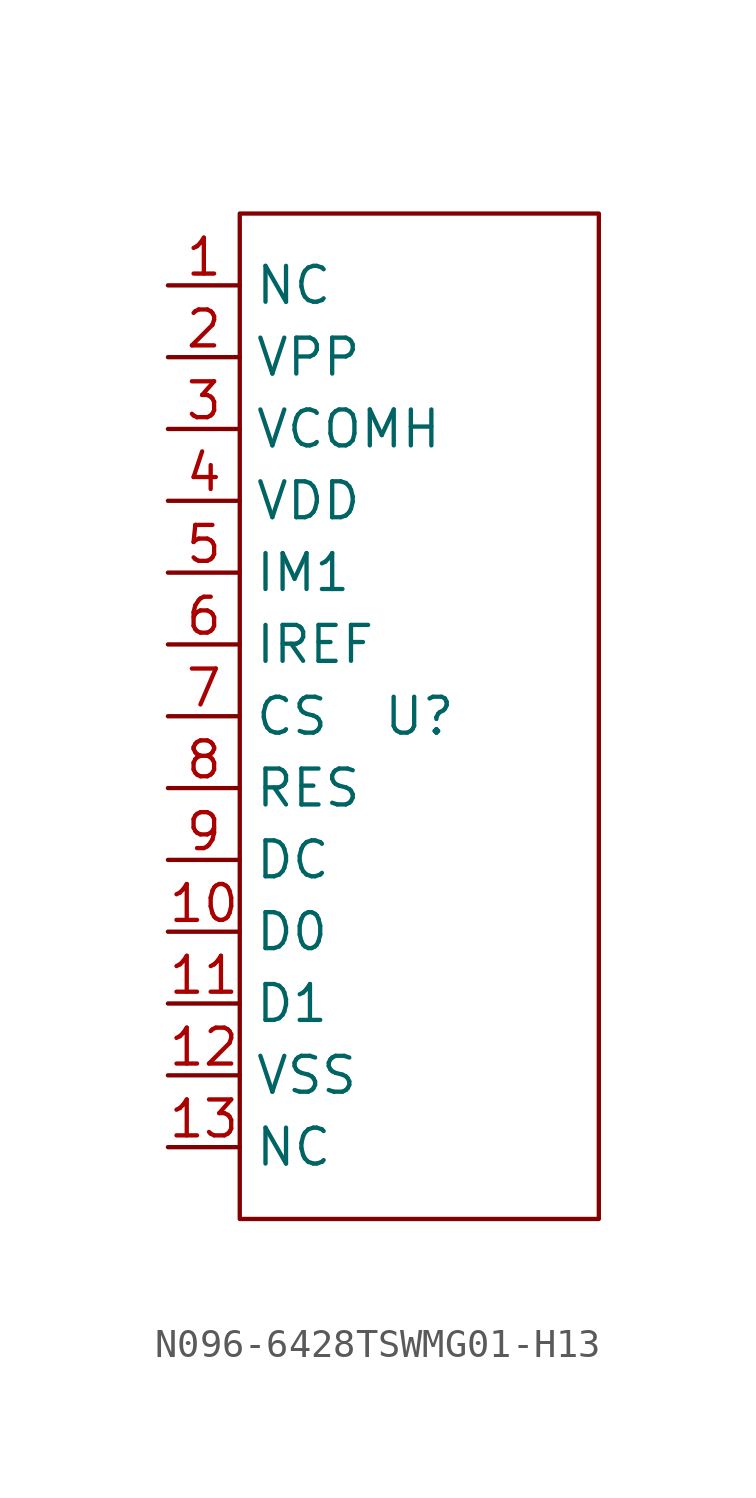
<source format=kicad_sym>
(kicad_symbol_lib
  (version 20241209)
  (generator "kicad_symbol_editor")
  (generator_version "9.0")
  (symbol "N096-6428TSWMG01-H13"
    (property "Reference" "U"
      (at 0 0 0)
      (effects (font (size 1.27 1.27))))
    (property "Value" ""
      (at 0 0 0)
      (effects (font (size 1.27 1.27))))
    (symbol "N096-6428TSWMG01-H13_1_0"
      (rectangle (start -6.35 17.78) (end 6.35 -17.78) (stroke (width 0) (type default)) (fill (type none)))
      (pin unspecified line (at -8.89 15.24 0) (length 2.54) (name "NC" (effects (font (size 1.27 1.27)))) (number "1" (effects (font (size 1.27 1.27)))))
      (pin unspecified line (at -8.89 12.7 0) (length 2.54) (name "VPP" (effects (font (size 1.27 1.27)))) (number "2" (effects (font (size 1.27 1.27)))))
      (pin unspecified line (at -8.89 10.16 0) (length 2.54) (name "VCOMH" (effects (font (size 1.27 1.27)))) (number "3" (effects (font (size 1.27 1.27)))))
      (pin unspecified line (at -8.89 7.62 0) (length 2.54) (name "VDD" (effects (font (size 1.27 1.27)))) (number "4" (effects (font (size 1.27 1.27)))))
      (pin unspecified line (at -8.89 5.08 0) (length 2.54) (name "IM1" (effects (font (size 1.27 1.27)))) (number "5" (effects (font (size 1.27 1.27)))))
      (pin unspecified line (at -8.89 2.54 0) (length 2.54) (name "IREF" (effects (font (size 1.27 1.27)))) (number "6" (effects (font (size 1.27 1.27)))))
      (pin unspecified line (at -8.89 0 0) (length 2.54) (name "CS" (effects (font (size 1.27 1.27)))) (number "7" (effects (font (size 1.27 1.27)))))
      (pin unspecified line (at -8.89 -2.54 0) (length 2.54) (name "RES" (effects (font (size 1.27 1.27)))) (number "8" (effects (font (size 1.27 1.27)))))
      (pin unspecified line (at -8.89 -5.08 0) (length 2.54) (name "DC" (effects (font (size 1.27 1.27)))) (number "9" (effects (font (size 1.27 1.27)))))
      (pin unspecified line (at -8.89 -7.62 0) (length 2.54) (name "D0" (effects (font (size 1.27 1.27)))) (number "10" (effects (font (size 1.27 1.27)))))
      (pin unspecified line (at -8.89 -10.16 0) (length 2.54) (name "D1" (effects (font (size 1.27 1.27)))) (number "11" (effects (font (size 1.27 1.27)))))
      (pin unspecified line (at -8.89 -12.7 0) (length 2.54) (name "VSS" (effects (font (size 1.27 1.27)))) (number "12" (effects (font (size 1.27 1.27)))))
      (pin unspecified line (at -8.89 -15.24 0) (length 2.54) (name "NC" (effects (font (size 1.27 1.27)))) (number "13" (effects (font (size 1.27 1.27))))))))
</source>
